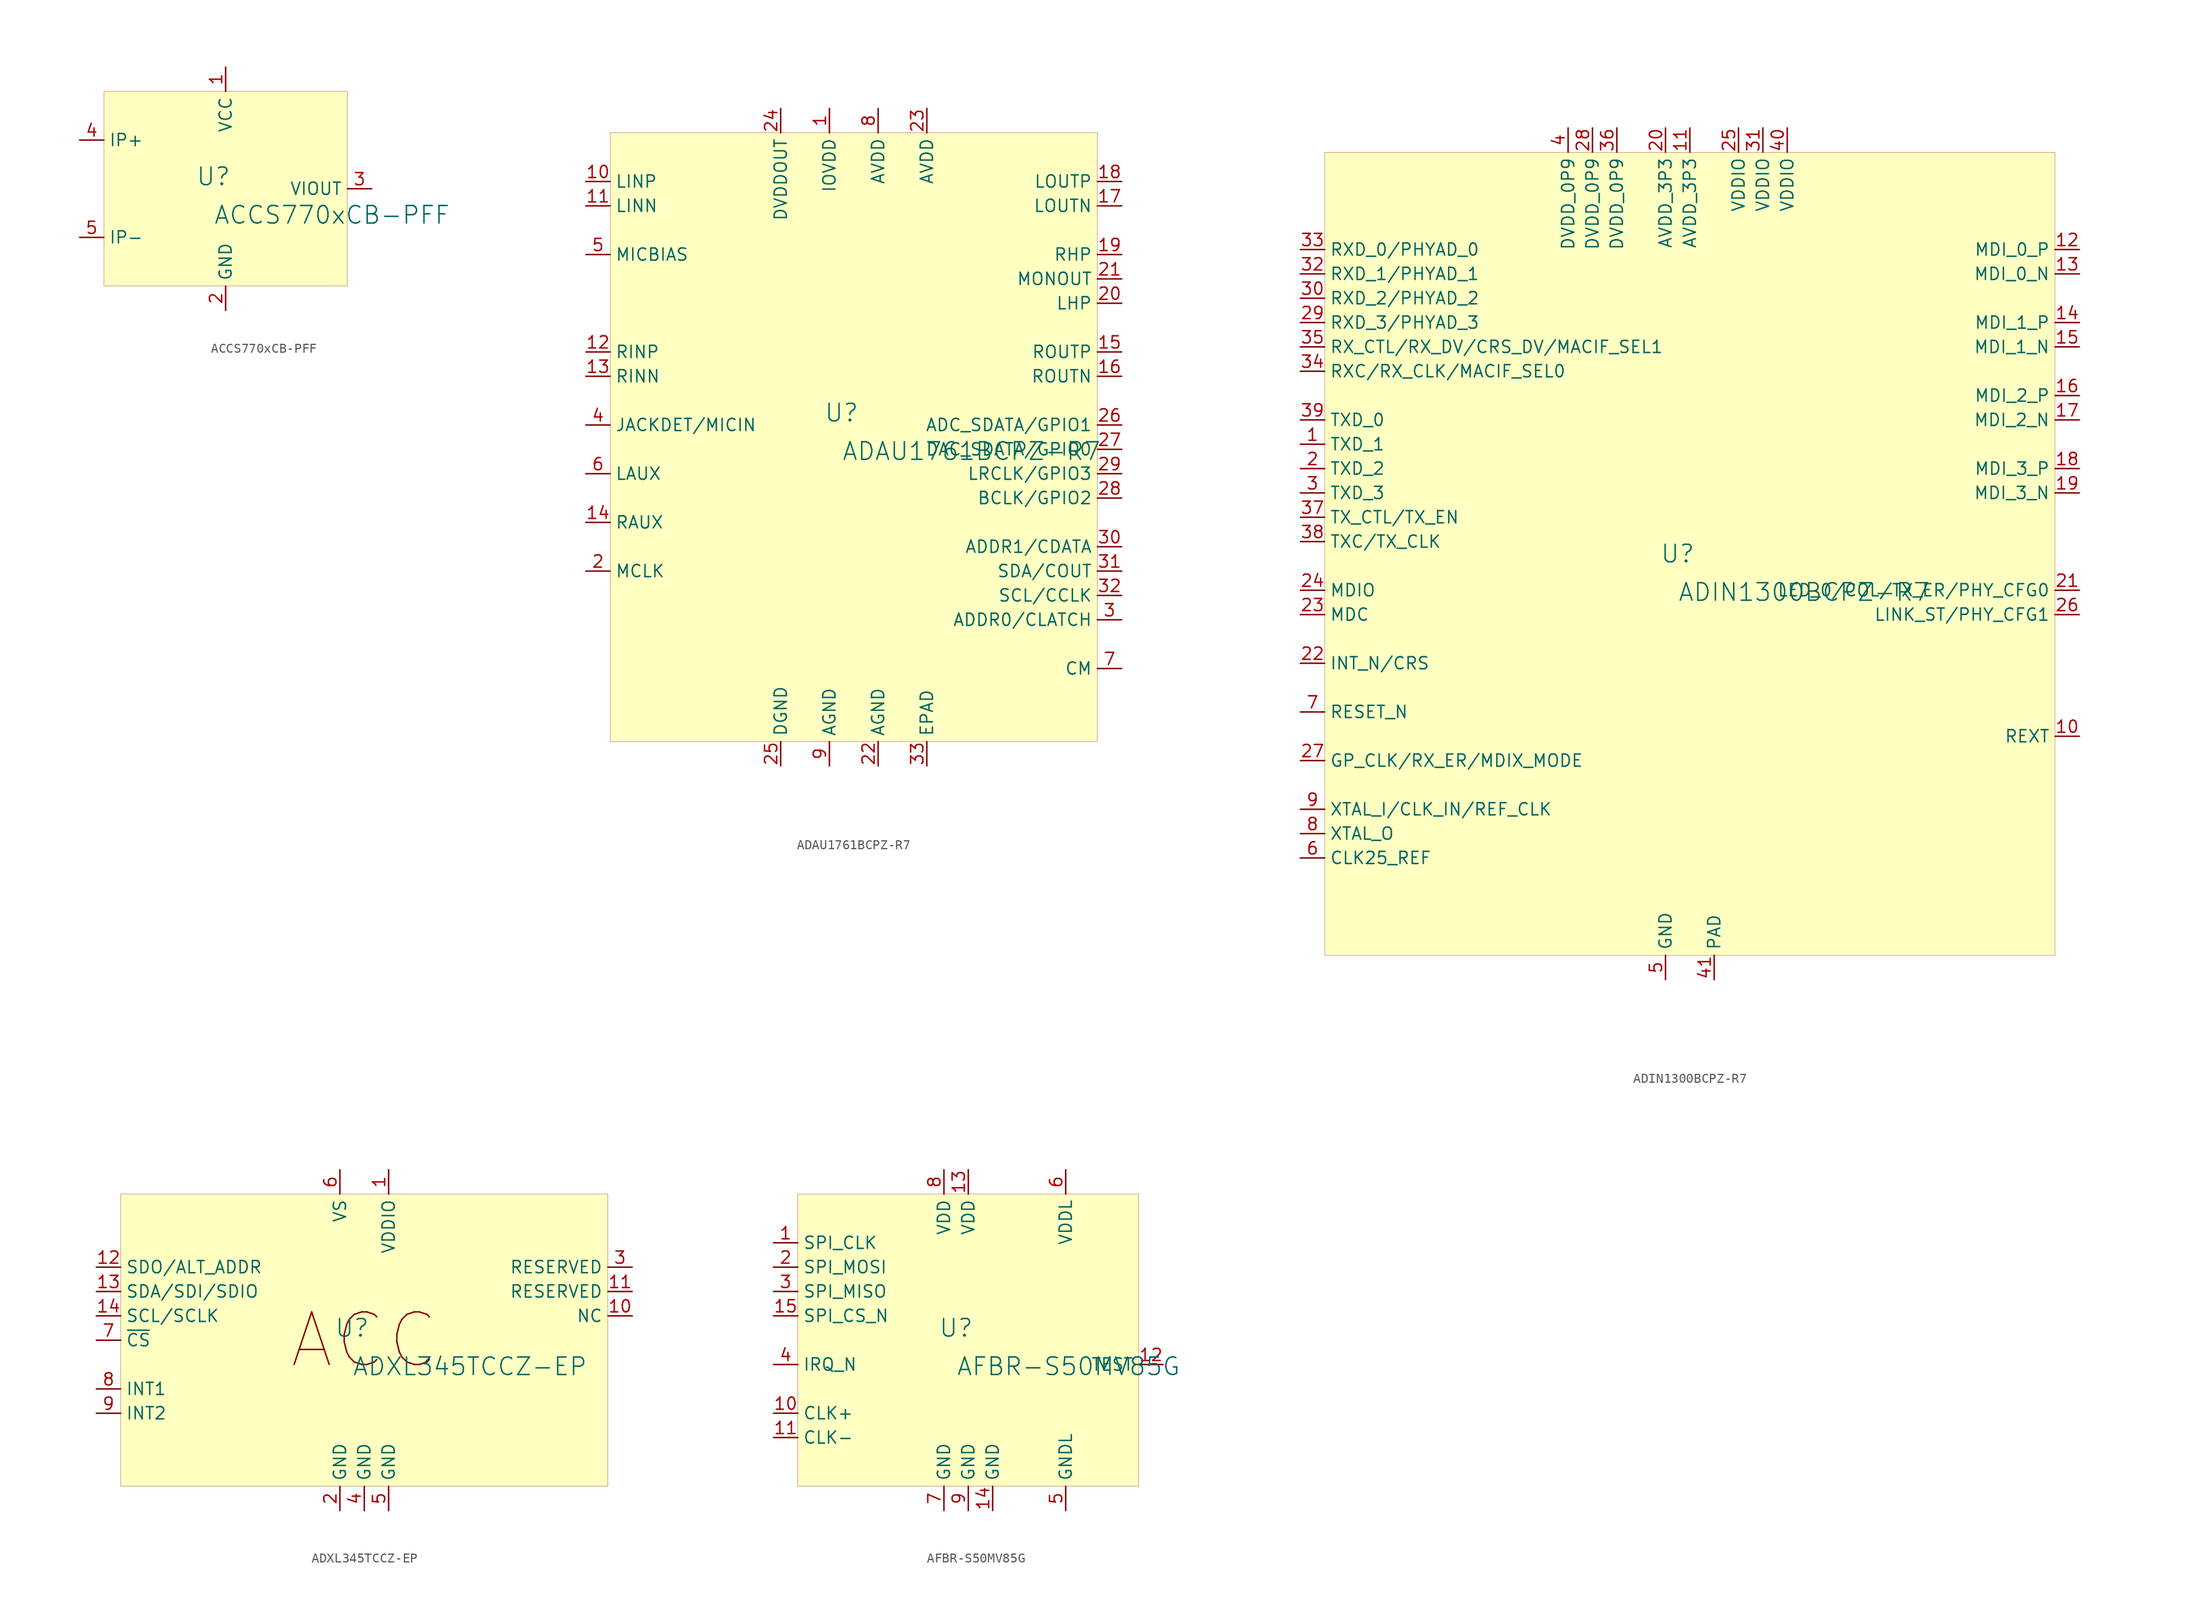
<source format=kicad_sym>
(kicad_symbol_lib
  (version 20231120)
  (generator "kicad_symbol_editor")
  (generator_version "8.0")
  (symbol "ACCS770xCB-PFF"
    (property "Reference" "U"
      (at -1.27 1.27 0)
      (effects (font (size 1.829 1.829))))
    (property "Value" "ACCS770xCB-PFF"
      (at -1.27 -3.81 0)
      (effects (font (size 1.829 1.829)) (justify left bottom)))
    (symbol "ACCS770xCB-PFF_1_0"
      (rectangle (start 12.7 10.16) (end -12.7 -10.16) (stroke (width 0.025) (type solid) (color 128 0 0 1)) (fill (type background)))
      (pin power_in line (at 0 12.7 270) (length 2.54) (name "VCC" (effects (font (size 1.27 1.27)))) (number "1" (effects (font (size 1.27 1.27)))))
      (pin power_in line (at 0 -12.7 90) (length 2.54) (name "GND" (effects (font (size 1.27 1.27)))) (number "2" (effects (font (size 1.27 1.27)))))
      (pin output line (at 15.24 0 180) (length 2.54) (name "VIOUT" (effects (font (size 1.27 1.27)))) (number "3" (effects (font (size 1.27 1.27)))))
      (pin power_in line (at -15.24 5.08 0) (length 2.54) (name "IP+" (effects (font (size 1.27 1.27)))) (number "4" (effects (font (size 1.27 1.27)))))
      (pin power_in line (at -15.24 -5.08 0) (length 2.54) (name "IP-" (effects (font (size 1.27 1.27)))) (number "5" (effects (font (size 1.27 1.27)))))))
  (symbol "ADAU1761BCPZ-R7"
    (property "Reference" "U"
      (at -1.27 1.27 0)
      (effects (font (size 1.829 1.829))))
    (property "Value" "ADAU1761BCPZ-R7"
      (at -1.27 -3.81 0)
      (effects (font (size 1.829 1.829)) (justify left bottom)))
    (symbol "ADAU1761BCPZ-R7_1_0"
      (rectangle (start 25.4 30.48) (end -25.4 -33.02) (stroke (width 0.025) (type solid) (color 128 0 0 1)) (fill (type background)))
      (pin power_in line (at -2.54 33.02 270) (length 2.54) (name "IOVDD" (effects (font (size 1.27 1.27)))) (number "1" (effects (font (size 1.27 1.27)))))
      (pin input line (at -27.94 25.4 0) (length 2.54) (name "LINP" (effects (font (size 1.27 1.27)))) (number "10" (effects (font (size 1.27 1.27)))))
      (pin input line (at -27.94 22.86 0) (length 2.54) (name "LINN" (effects (font (size 1.27 1.27)))) (number "11" (effects (font (size 1.27 1.27)))))
      (pin input line (at -27.94 7.62 0) (length 2.54) (name "RINP" (effects (font (size 1.27 1.27)))) (number "12" (effects (font (size 1.27 1.27)))))
      (pin input line (at -27.94 5.08 0) (length 2.54) (name "RINN" (effects (font (size 1.27 1.27)))) (number "13" (effects (font (size 1.27 1.27)))))
      (pin input line (at -27.94 -10.16 0) (length 2.54) (name "RAUX" (effects (font (size 1.27 1.27)))) (number "14" (effects (font (size 1.27 1.27)))))
      (pin output line (at 27.94 7.62 180) (length 2.54) (name "ROUTP" (effects (font (size 1.27 1.27)))) (number "15" (effects (font (size 1.27 1.27)))))
      (pin output line (at 27.94 5.08 180) (length 2.54) (name "ROUTN" (effects (font (size 1.27 1.27)))) (number "16" (effects (font (size 1.27 1.27)))))
      (pin output line (at 27.94 22.86 180) (length 2.54) (name "LOUTN" (effects (font (size 1.27 1.27)))) (number "17" (effects (font (size 1.27 1.27)))))
      (pin output line (at 27.94 25.4 180) (length 2.54) (name "LOUTP" (effects (font (size 1.27 1.27)))) (number "18" (effects (font (size 1.27 1.27)))))
      (pin output line (at 27.94 17.78 180) (length 2.54) (name "RHP" (effects (font (size 1.27 1.27)))) (number "19" (effects (font (size 1.27 1.27)))))
      (pin input line (at -27.94 -15.24 0) (length 2.54) (name "MCLK" (effects (font (size 1.27 1.27)))) (number "2" (effects (font (size 1.27 1.27)))))
      (pin output line (at 27.94 12.7 180) (length 2.54) (name "LHP" (effects (font (size 1.27 1.27)))) (number "20" (effects (font (size 1.27 1.27)))))
      (pin output line (at 27.94 15.24 180) (length 2.54) (name "MONOUT" (effects (font (size 1.27 1.27)))) (number "21" (effects (font (size 1.27 1.27)))))
      (pin power_in line (at 2.54 -35.56 90) (length 2.54) (name "AGND" (effects (font (size 1.27 1.27)))) (number "22" (effects (font (size 1.27 1.27)))))
      (pin power_in line (at 7.62 33.02 270) (length 2.54) (name "AVDD" (effects (font (size 1.27 1.27)))) (number "23" (effects (font (size 1.27 1.27)))))
      (pin power_in line (at -7.62 33.02 270) (length 2.54) (name "DVDDOUT" (effects (font (size 1.27 1.27)))) (number "24" (effects (font (size 1.27 1.27)))))
      (pin power_in line (at -7.62 -35.56 90) (length 2.54) (name "DGND" (effects (font (size 1.27 1.27)))) (number "25" (effects (font (size 1.27 1.27)))))
      (pin output line (at 27.94 0 180) (length 2.54) (name "ADC_SDATA/GPIO1" (effects (font (size 1.27 1.27)))) (number "26" (effects (font (size 1.27 1.27)))))
      (pin input line (at 27.94 -2.54 180) (length 2.54) (name "DAC_SDATA/GPIO0" (effects (font (size 1.27 1.27)))) (number "27" (effects (font (size 1.27 1.27)))))
      (pin input line (at 27.94 -7.62 180) (length 2.54) (name "BCLK/GPIO2" (effects (font (size 1.27 1.27)))) (number "28" (effects (font (size 1.27 1.27)))))
      (pin input line (at 27.94 -5.08 180) (length 2.54) (name "LRCLK/GPIO3" (effects (font (size 1.27 1.27)))) (number "29" (effects (font (size 1.27 1.27)))))
      (pin input line (at 27.94 -20.32 180) (length 2.54) (name "ADDR0/CLATCH" (effects (font (size 1.27 1.27)))) (number "3" (effects (font (size 1.27 1.27)))))
      (pin input line (at 27.94 -12.7 180) (length 2.54) (name "ADDR1/CDATA" (effects (font (size 1.27 1.27)))) (number "30" (effects (font (size 1.27 1.27)))))
      (pin open_collector line (at 27.94 -15.24 180) (length 2.54) (name "SDA/COUT" (effects (font (size 1.27 1.27)))) (number "31" (effects (font (size 1.27 1.27)))))
      (pin open_collector line (at 27.94 -17.78 180) (length 2.54) (name "SCL/CCLK" (effects (font (size 1.27 1.27)))) (number "32" (effects (font (size 1.27 1.27)))))
      (pin power_in line (at 7.62 -35.56 90) (length 2.54) (name "EPAD" (effects (font (size 1.27 1.27)))) (number "33" (effects (font (size 1.27 1.27)))))
      (pin input line (at -27.94 0 0) (length 2.54) (name "JACKDET/MICIN" (effects (font (size 1.27 1.27)))) (number "4" (effects (font (size 1.27 1.27)))))
      (pin output line (at -27.94 17.78 0) (length 2.54) (name "MICBIAS" (effects (font (size 1.27 1.27)))) (number "5" (effects (font (size 1.27 1.27)))))
      (pin input line (at -27.94 -5.08 0) (length 2.54) (name "LAUX" (effects (font (size 1.27 1.27)))) (number "6" (effects (font (size 1.27 1.27)))))
      (pin output line (at 27.94 -25.4 180) (length 2.54) (name "CM" (effects (font (size 1.27 1.27)))) (number "7" (effects (font (size 1.27 1.27)))))
      (pin power_in line (at 2.54 33.02 270) (length 2.54) (name "AVDD" (effects (font (size 1.27 1.27)))) (number "8" (effects (font (size 1.27 1.27)))))
      (pin power_in line (at -2.54 -35.56 90) (length 2.54) (name "AGND" (effects (font (size 1.27 1.27)))) (number "9" (effects (font (size 1.27 1.27)))))))
  (symbol "ADIN1300BCPZ-R7"
    (property "Reference" "U"
      (at -1.27 1.27 0)
      (effects (font (size 1.829 1.829))))
    (property "Value" "ADIN1300BCPZ-R7"
      (at -1.27 -3.81 0)
      (effects (font (size 1.829 1.829)) (justify left bottom)))
    (symbol "ADIN1300BCPZ-R7_1_0"
      (rectangle (start 38.1 43.18) (end -38.1 -40.64) (stroke (width 0.025) (type solid) (color 128 0 0 1)) (fill (type background)))
      (pin passive line (at -40.64 12.7 0) (length 2.54) (name "TXD_1" (effects (font (size 1.27 1.27)))) (number "1" (effects (font (size 1.27 1.27)))))
      (pin passive line (at 40.64 -17.78 180) (length 2.54) (name "REXT" (effects (font (size 1.27 1.27)))) (number "10" (effects (font (size 1.27 1.27)))))
      (pin passive line (at 0 45.72 270) (length 2.54) (name "AVDD_3P3" (effects (font (size 1.27 1.27)))) (number "11" (effects (font (size 1.27 1.27)))))
      (pin passive line (at 40.64 33.02 180) (length 2.54) (name "MDI_0_P" (effects (font (size 1.27 1.27)))) (number "12" (effects (font (size 1.27 1.27)))))
      (pin passive line (at 40.64 30.48 180) (length 2.54) (name "MDI_0_N" (effects (font (size 1.27 1.27)))) (number "13" (effects (font (size 1.27 1.27)))))
      (pin passive line (at 40.64 25.4 180) (length 2.54) (name "MDI_1_P" (effects (font (size 1.27 1.27)))) (number "14" (effects (font (size 1.27 1.27)))))
      (pin passive line (at 40.64 22.86 180) (length 2.54) (name "MDI_1_N" (effects (font (size 1.27 1.27)))) (number "15" (effects (font (size 1.27 1.27)))))
      (pin passive line (at 40.64 17.78 180) (length 2.54) (name "MDI_2_P" (effects (font (size 1.27 1.27)))) (number "16" (effects (font (size 1.27 1.27)))))
      (pin passive line (at 40.64 15.24 180) (length 2.54) (name "MDI_2_N" (effects (font (size 1.27 1.27)))) (number "17" (effects (font (size 1.27 1.27)))))
      (pin passive line (at 40.64 10.16 180) (length 2.54) (name "MDI_3_P" (effects (font (size 1.27 1.27)))) (number "18" (effects (font (size 1.27 1.27)))))
      (pin passive line (at 40.64 7.62 180) (length 2.54) (name "MDI_3_N" (effects (font (size 1.27 1.27)))) (number "19" (effects (font (size 1.27 1.27)))))
      (pin passive line (at -40.64 10.16 0) (length 2.54) (name "TXD_2" (effects (font (size 1.27 1.27)))) (number "2" (effects (font (size 1.27 1.27)))))
      (pin passive line (at -2.54 45.72 270) (length 2.54) (name "AVDD_3P3" (effects (font (size 1.27 1.27)))) (number "20" (effects (font (size 1.27 1.27)))))
      (pin passive line (at 40.64 -2.54 180) (length 2.54) (name "LED_0/COL/TX_ER/PHY_CFG0" (effects (font (size 1.27 1.27)))) (number "21" (effects (font (size 1.27 1.27)))))
      (pin passive line (at -40.64 -10.16 0) (length 2.54) (name "INT_N/CRS" (effects (font (size 1.27 1.27)))) (number "22" (effects (font (size 1.27 1.27)))))
      (pin passive line (at -40.64 -5.08 0) (length 2.54) (name "MDC" (effects (font (size 1.27 1.27)))) (number "23" (effects (font (size 1.27 1.27)))))
      (pin passive line (at -40.64 -2.54 0) (length 2.54) (name "MDIO" (effects (font (size 1.27 1.27)))) (number "24" (effects (font (size 1.27 1.27)))))
      (pin passive line (at 5.08 45.72 270) (length 2.54) (name "VDDIO" (effects (font (size 1.27 1.27)))) (number "25" (effects (font (size 1.27 1.27)))))
      (pin passive line (at 40.64 -5.08 180) (length 2.54) (name "LINK_ST/PHY_CFG1" (effects (font (size 1.27 1.27)))) (number "26" (effects (font (size 1.27 1.27)))))
      (pin passive line (at -40.64 -20.32 0) (length 2.54) (name "GP_CLK/RX_ER/MDIX_MODE" (effects (font (size 1.27 1.27)))) (number "27" (effects (font (size 1.27 1.27)))))
      (pin passive line (at -10.16 45.72 270) (length 2.54) (name "DVDD_0P9" (effects (font (size 1.27 1.27)))) (number "28" (effects (font (size 1.27 1.27)))))
      (pin passive line (at -40.64 25.4 0) (length 2.54) (name "RXD_3/PHYAD_3" (effects (font (size 1.27 1.27)))) (number "29" (effects (font (size 1.27 1.27)))))
      (pin passive line (at -40.64 7.62 0) (length 2.54) (name "TXD_3" (effects (font (size 1.27 1.27)))) (number "3" (effects (font (size 1.27 1.27)))))
      (pin passive line (at -40.64 27.94 0) (length 2.54) (name "RXD_2/PHYAD_2" (effects (font (size 1.27 1.27)))) (number "30" (effects (font (size 1.27 1.27)))))
      (pin passive line (at 7.62 45.72 270) (length 2.54) (name "VDDIO" (effects (font (size 1.27 1.27)))) (number "31" (effects (font (size 1.27 1.27)))))
      (pin passive line (at -40.64 30.48 0) (length 2.54) (name "RXD_1/PHYAD_1" (effects (font (size 1.27 1.27)))) (number "32" (effects (font (size 1.27 1.27)))))
      (pin passive line (at -40.64 33.02 0) (length 2.54) (name "RXD_0/PHYAD_0" (effects (font (size 1.27 1.27)))) (number "33" (effects (font (size 1.27 1.27)))))
      (pin passive line (at -40.64 20.32 0) (length 2.54) (name "RXC/RX_CLK/MACIF_SEL0" (effects (font (size 1.27 1.27)))) (number "34" (effects (font (size 1.27 1.27)))))
      (pin passive line (at -40.64 22.86 0) (length 2.54) (name "RX_CTL/RX_DV/CRS_DV/MACIF_SEL1" (effects (font (size 1.27 1.27)))) (number "35" (effects (font (size 1.27 1.27)))))
      (pin passive line (at -7.62 45.72 270) (length 2.54) (name "DVDD_0P9" (effects (font (size 1.27 1.27)))) (number "36" (effects (font (size 1.27 1.27)))))
      (pin passive line (at -40.64 5.08 0) (length 2.54) (name "TX_CTL/TX_EN" (effects (font (size 1.27 1.27)))) (number "37" (effects (font (size 1.27 1.27)))))
      (pin passive line (at -40.64 2.54 0) (length 2.54) (name "TXC/TX_CLK" (effects (font (size 1.27 1.27)))) (number "38" (effects (font (size 1.27 1.27)))))
      (pin passive line (at -40.64 15.24 0) (length 2.54) (name "TXD_0" (effects (font (size 1.27 1.27)))) (number "39" (effects (font (size 1.27 1.27)))))
      (pin passive line (at -12.7 45.72 270) (length 2.54) (name "DVDD_0P9" (effects (font (size 1.27 1.27)))) (number "4" (effects (font (size 1.27 1.27)))))
      (pin passive line (at 10.16 45.72 270) (length 2.54) (name "VDDIO" (effects (font (size 1.27 1.27)))) (number "40" (effects (font (size 1.27 1.27)))))
      (pin passive line (at 2.54 -43.18 90) (length 2.54) (name "PAD" (effects (font (size 1.27 1.27)))) (number "41" (effects (font (size 1.27 1.27)))))
      (pin passive line (at -2.54 -43.18 90) (length 2.54) (name "GND" (effects (font (size 1.27 1.27)))) (number "5" (effects (font (size 1.27 1.27)))))
      (pin passive line (at -40.64 -30.48 0) (length 2.54) (name "CLK25_REF" (effects (font (size 1.27 1.27)))) (number "6" (effects (font (size 1.27 1.27)))))
      (pin passive line (at -40.64 -15.24 0) (length 2.54) (name "RESET_N" (effects (font (size 1.27 1.27)))) (number "7" (effects (font (size 1.27 1.27)))))
      (pin passive line (at -40.64 -27.94 0) (length 2.54) (name "XTAL_O" (effects (font (size 1.27 1.27)))) (number "8" (effects (font (size 1.27 1.27)))))
      (pin passive line (at -40.64 -25.4 0) (length 2.54) (name "XTAL_I/CLK_IN/REF_CLK" (effects (font (size 1.27 1.27)))) (number "9" (effects (font (size 1.27 1.27)))))))
  (symbol "ADXL345TCCZ-EP"
    (property "Reference" "U"
      (at -1.27 1.27 0)
      (effects (font (size 1.829 1.829))))
    (property "Value" "ADXL345TCCZ-EP"
      (at -1.27 -3.81 0)
      (effects (font (size 1.829 1.829)) (justify left bottom)))
    (symbol "ADXL345TCCZ-EP_1_0"
      (rectangle (start 25.4 15.24) (end -25.4 -15.24) (stroke (width 0.025) (type solid) (color 128 0 0 1)) (fill (type background)))
      (text "ACC" (at 0 0 0) (effects (font (size 5.486 5.486))))
      (pin passive line (at 2.54 17.78 270) (length 2.54) (name "VDDIO" (effects (font (size 1.27 1.27)))) (number "1" (effects (font (size 1.27 1.27)))))
      (pin passive line (at 27.94 2.54 180) (length 2.54) (name "NC" (effects (font (size 1.27 1.27)))) (number "10" (effects (font (size 1.27 1.27)))))
      (pin passive line (at 27.94 5.08 180) (length 2.54) (name "RESERVED" (effects (font (size 1.27 1.27)))) (number "11" (effects (font (size 1.27 1.27)))))
      (pin passive line (at -27.94 7.62 0) (length 2.54) (name "SDO/ALT_ADDR" (effects (font (size 1.27 1.27)))) (number "12" (effects (font (size 1.27 1.27)))))
      (pin passive line (at -27.94 5.08 0) (length 2.54) (name "SDA/SDI/SDIO" (effects (font (size 1.27 1.27)))) (number "13" (effects (font (size 1.27 1.27)))))
      (pin passive line (at -27.94 2.54 0) (length 2.54) (name "SCL/SCLK" (effects (font (size 1.27 1.27)))) (number "14" (effects (font (size 1.27 1.27)))))
      (pin passive line (at -2.54 -17.78 90) (length 2.54) (name "GND" (effects (font (size 1.27 1.27)))) (number "2" (effects (font (size 1.27 1.27)))))
      (pin passive line (at 27.94 7.62 180) (length 2.54) (name "RESERVED" (effects (font (size 1.27 1.27)))) (number "3" (effects (font (size 1.27 1.27)))))
      (pin passive line (at 0 -17.78 90) (length 2.54) (name "GND" (effects (font (size 1.27 1.27)))) (number "4" (effects (font (size 1.27 1.27)))))
      (pin passive line (at 2.54 -17.78 90) (length 2.54) (name "GND" (effects (font (size 1.27 1.27)))) (number "5" (effects (font (size 1.27 1.27)))))
      (pin passive line (at -2.54 17.78 270) (length 2.54) (name "VS" (effects (font (size 1.27 1.27)))) (number "6" (effects (font (size 1.27 1.27)))))
      (pin passive line (at -27.94 0 0) (length 2.54) (name "~{CS}" (effects (font (size 1.27 1.27)))) (number "7" (effects (font (size 1.27 1.27)))))
      (pin passive line (at -27.94 -5.08 0) (length 2.54) (name "INT1" (effects (font (size 1.27 1.27)))) (number "8" (effects (font (size 1.27 1.27)))))
      (pin passive line (at -27.94 -7.62 0) (length 2.54) (name "INT2" (effects (font (size 1.27 1.27)))) (number "9" (effects (font (size 1.27 1.27)))))))
  (symbol "AFBR-S50MV85G"
    (property "Reference" "U"
      (at -1.27 1.27 0)
      (effects (font (size 1.829 1.829))))
    (property "Value" "AFBR-S50MV85G"
      (at -1.27 -3.81 0)
      (effects (font (size 1.829 1.829)) (justify left bottom)))
    (symbol "AFBR-S50MV85G_1_0"
      (rectangle (start 17.78 15.24) (end -17.78 -15.24) (stroke (width 0.025) (type solid) (color 128 0 0 1)) (fill (type background)))
      (pin input line (at -20.32 10.16 0) (length 2.54) (name "SPI_CLK" (effects (font (size 1.27 1.27)))) (number "1" (effects (font (size 1.27 1.27)))))
      (pin bidirectional line (at -20.32 -7.62 0) (length 2.54) (name "CLK+" (effects (font (size 1.27 1.27)))) (number "10" (effects (font (size 1.27 1.27)))))
      (pin bidirectional line (at -20.32 -10.16 0) (length 2.54) (name "CLK-" (effects (font (size 1.27 1.27)))) (number "11" (effects (font (size 1.27 1.27)))))
      (pin passive line (at 20.32 -2.54 180) (length 2.54) (name "TEST" (effects (font (size 1.27 1.27)))) (number "12" (effects (font (size 1.27 1.27)))))
      (pin power_in line (at 0 17.78 270) (length 2.54) (name "VDD" (effects (font (size 1.27 1.27)))) (number "13" (effects (font (size 1.27 1.27)))))
      (pin power_in line (at 2.54 -17.78 90) (length 2.54) (name "GND" (effects (font (size 1.27 1.27)))) (number "14" (effects (font (size 1.27 1.27)))))
      (pin input line (at -20.32 2.54 0) (length 2.54) (name "SPI_CS_N" (effects (font (size 1.27 1.27)))) (number "15" (effects (font (size 1.27 1.27)))))
      (pin input line (at -20.32 7.62 0) (length 2.54) (name "SPI_MOSI" (effects (font (size 1.27 1.27)))) (number "2" (effects (font (size 1.27 1.27)))))
      (pin output line (at -20.32 5.08 0) (length 2.54) (name "SPI_MISO" (effects (font (size 1.27 1.27)))) (number "3" (effects (font (size 1.27 1.27)))))
      (pin output line (at -20.32 -2.54 0) (length 2.54) (name "IRQ_N" (effects (font (size 1.27 1.27)))) (number "4" (effects (font (size 1.27 1.27)))))
      (pin power_in line (at 10.16 -17.78 90) (length 2.54) (name "GNDL" (effects (font (size 1.27 1.27)))) (number "5" (effects (font (size 1.27 1.27)))))
      (pin power_in line (at 10.16 17.78 270) (length 2.54) (name "VDDL" (effects (font (size 1.27 1.27)))) (number "6" (effects (font (size 1.27 1.27)))))
      (pin power_in line (at -2.54 -17.78 90) (length 2.54) (name "GND" (effects (font (size 1.27 1.27)))) (number "7" (effects (font (size 1.27 1.27)))))
      (pin power_in line (at -2.54 17.78 270) (length 2.54) (name "VDD" (effects (font (size 1.27 1.27)))) (number "8" (effects (font (size 1.27 1.27)))))
      (pin power_in line (at 0 -17.78 90) (length 2.54) (name "GND" (effects (font (size 1.27 1.27)))) (number "9" (effects (font (size 1.27 1.27))))))))
</source>
